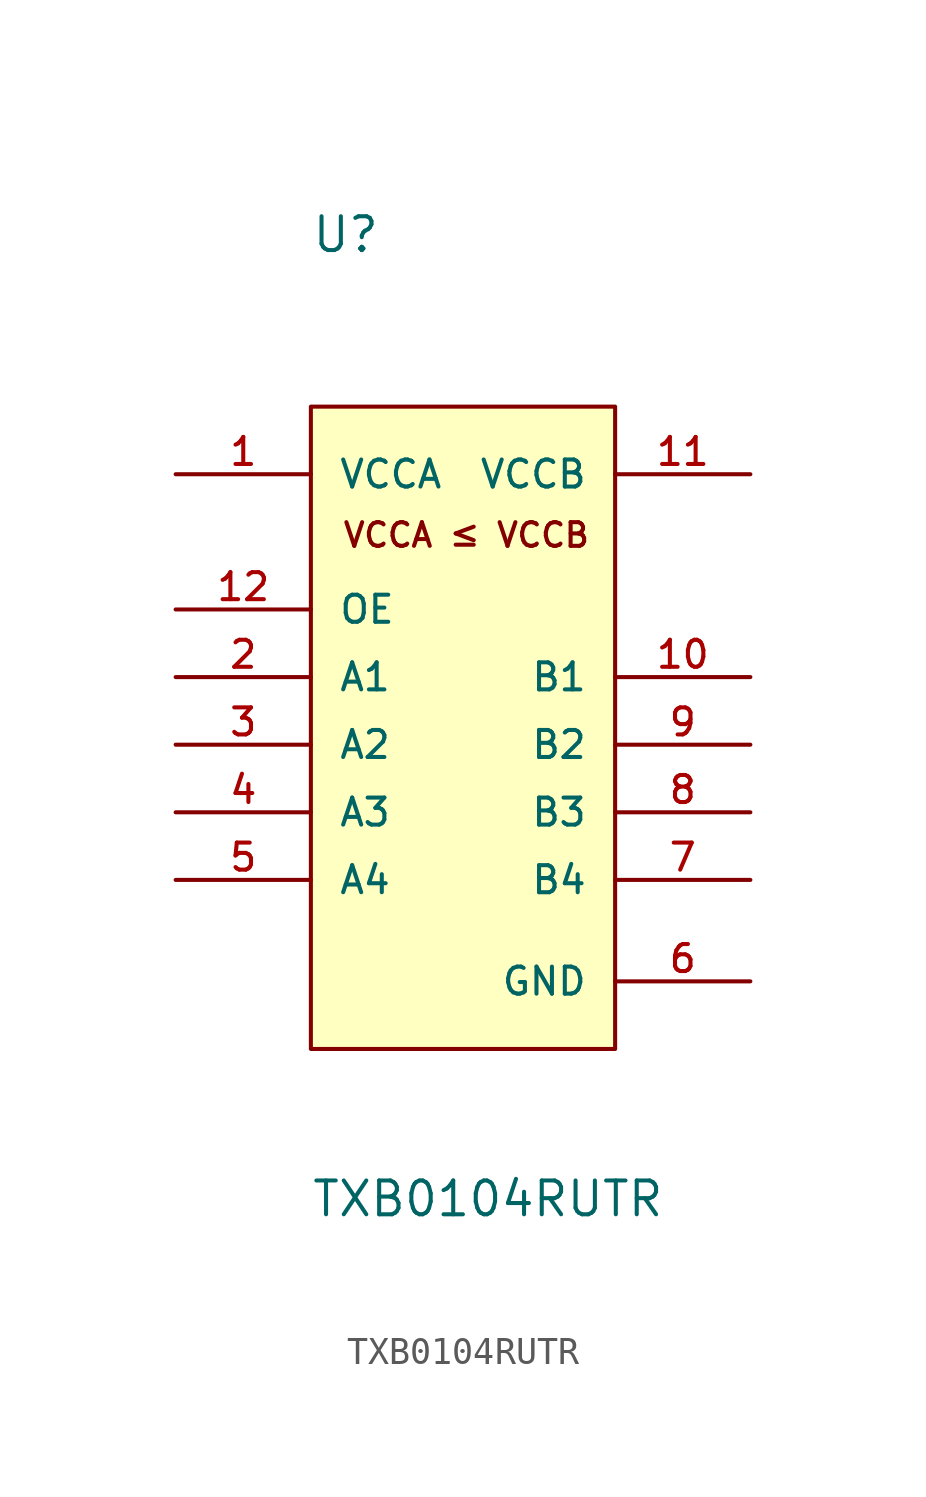
<source format=kicad_sym>
(kicad_symbol_lib
  (version 20241209)
  (generator "kicad_symbol_editor")
  (generator_version "9.0")
  (symbol "TXB0104RUTR"
    (pin_names
      (offset 1.016))
    (property "Reference" "U"
      (at -10.162 15.878 0)
      (effects (font (size 1.27 1.27)) (justify left bottom)))
    (property "Value" "TXB0104RUTR"
      (at -10.174 -20.344 0)
      (effects (font (size 1.27 1.27)) (justify left bottom)))
    (symbol "TXB0104RUTR_0_0"
      (pin power_in line (at -15.24 7.62 0) (length 5.08) (name "VCCA" (effects (font (size 1.016 1.016)))) (number "1" (effects (font (size 1.016 1.016)))))
      (pin input line (at -15.24 2.54 0) (length 5.08) (name "OE" (effects (font (size 1.016 1.016)))) (number "12" (effects (font (size 1.016 1.016)))))
      (pin bidirectional line (at -15.24 0 0) (length 5.08) (name "A1" (effects (font (size 1.016 1.016)))) (number "2" (effects (font (size 1.016 1.016)))))
      (pin bidirectional line (at -15.24 -2.54 0) (length 5.08) (name "A2" (effects (font (size 1.016 1.016)))) (number "3" (effects (font (size 1.016 1.016)))))
      (pin bidirectional line (at -15.24 -5.08 0) (length 5.08) (name "A3" (effects (font (size 1.016 1.016)))) (number "4" (effects (font (size 1.016 1.016)))))
      (pin bidirectional line (at -15.24 -7.62 0) (length 5.08) (name "A4" (effects (font (size 1.016 1.016)))) (number "5" (effects (font (size 1.016 1.016)))))
      (pin power_in line (at 6.35 7.62 180) (length 5.08) (name "VCCB" (effects (font (size 1.016 1.016)))) (number "11" (effects (font (size 1.016 1.016)))))
      (pin bidirectional line (at 6.35 0 180) (length 5.08) (name "B1" (effects (font (size 1.016 1.016)))) (number "10" (effects (font (size 1.016 1.016)))))
      (pin bidirectional line (at 6.35 -2.54 180) (length 5.08) (name "B2" (effects (font (size 1.016 1.016)))) (number "9" (effects (font (size 1.016 1.016)))))
      (pin bidirectional line (at 6.35 -5.08 180) (length 5.08) (name "B3" (effects (font (size 1.016 1.016)))) (number "8" (effects (font (size 1.016 1.016)))))
      (pin bidirectional line (at 6.35 -7.62 180) (length 5.08) (name "B4" (effects (font (size 1.016 1.016)))) (number "7" (effects (font (size 1.016 1.016)))))
      (pin power_in line (at 6.35 -11.43 180) (length 5.08) (name "GND" (effects (font (size 1.016 1.016)))) (number "6" (effects (font (size 1.016 1.016))))))
    (symbol "TXB0104RUTR_1_1"
      (rectangle (start -10.16 10.16) (end 1.27 -13.97) (stroke (width 0) (type solid)) (fill (type background)))
      (text "VCCA ≤ VCCB" (at -4.318 5.334 0) (effects (font (size 0.889 0.889)))))))
</source>
